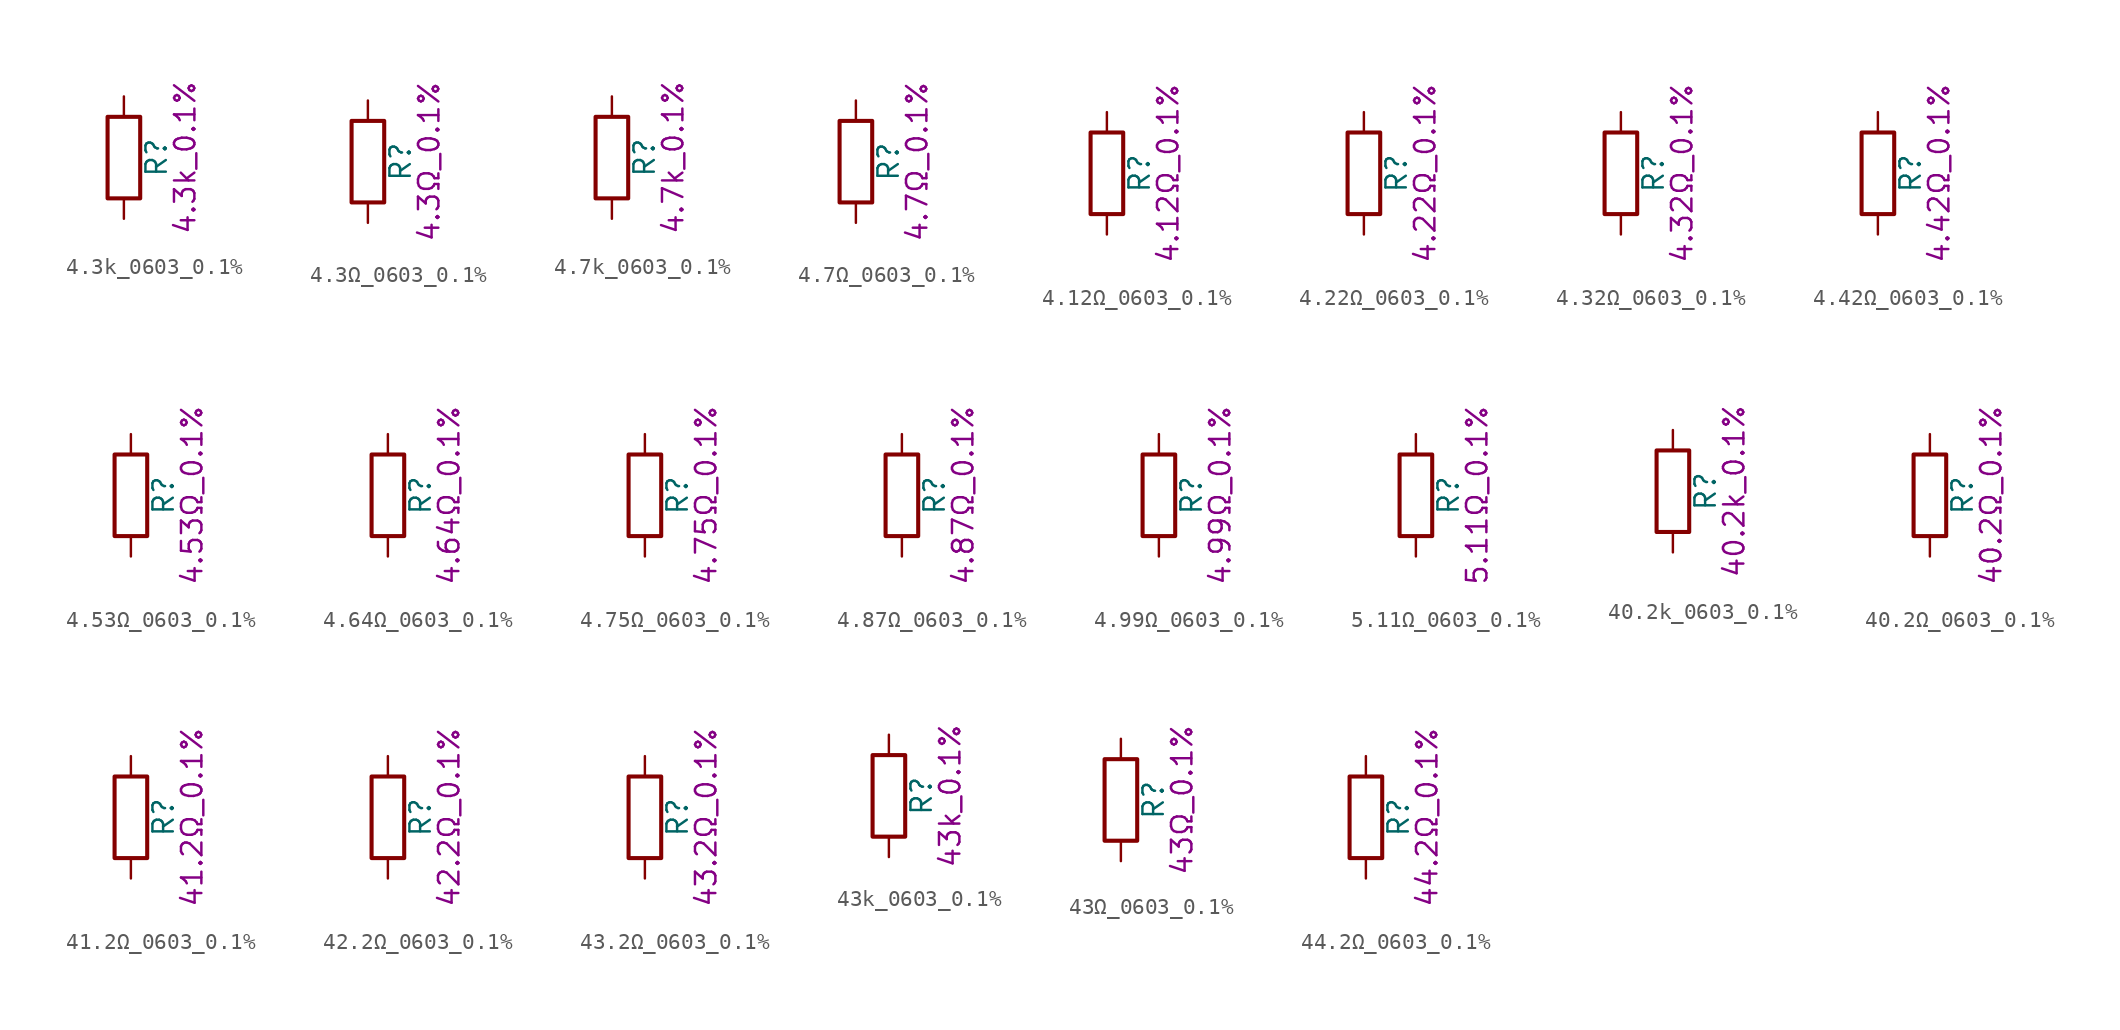
<source format=kicad_sym>
(kicad_symbol_lib
  (version 20211014)
  (generator kicad_symbol_editor)
  (symbol "4.3k_0603_0.1%"
    (pin_numbers hide)
    (pin_names
      (offset 0))
    (property "Reference" "R"
      (at 2.032 0 90)
      (effects (font (size 1.27 1.27))))
    (property "Display" "4.3k_0.1%"
      (at 3.81 0 90)
      (effects (font (size 1.27 1.27))))
    (symbol "4.3k_0603_0.1%_0_1"
      (rectangle (start -1.016 -2.54) (end 1.016 2.54) (stroke (width 0.254) (type default) (color 0 0 0 0)) (fill (type none))))
    (symbol "4.3k_0603_0.1%_1_1"
      (pin passive line (at 0 3.81 270) (length 1.27) (name "~" (effects (font (size 1.27 1.27)))) (number "1" (effects (font (size 1.27 1.27)))))
      (pin passive line (at 0 -3.81 90) (length 1.27) (name "~" (effects (font (size 1.27 1.27)))) (number "2" (effects (font (size 1.27 1.27)))))))
  (symbol "4.3Ω_0603_0.1%"
    (pin_numbers hide)
    (pin_names
      (offset 0))
    (property "Reference" "R"
      (at 2.032 0 90)
      (effects (font (size 1.27 1.27))))
    (property "Display" "4.3Ω_0.1%"
      (at 3.81 0 90)
      (effects (font (size 1.27 1.27))))
    (symbol "4.3Ω_0603_0.1%_0_1"
      (rectangle (start -1.016 -2.54) (end 1.016 2.54) (stroke (width 0.254) (type default) (color 0 0 0 0)) (fill (type none))))
    (symbol "4.3Ω_0603_0.1%_1_1"
      (pin passive line (at 0 3.81 270) (length 1.27) (name "~" (effects (font (size 1.27 1.27)))) (number "1" (effects (font (size 1.27 1.27)))))
      (pin passive line (at 0 -3.81 90) (length 1.27) (name "~" (effects (font (size 1.27 1.27)))) (number "2" (effects (font (size 1.27 1.27)))))))
  (symbol "4.7k_0603_0.1%"
    (pin_numbers hide)
    (pin_names
      (offset 0))
    (property "Reference" "R"
      (at 2.032 0 90)
      (effects (font (size 1.27 1.27))))
    (property "Display" "4.7k_0.1%"
      (at 3.81 0 90)
      (effects (font (size 1.27 1.27))))
    (symbol "4.7k_0603_0.1%_0_1"
      (rectangle (start -1.016 -2.54) (end 1.016 2.54) (stroke (width 0.254) (type default) (color 0 0 0 0)) (fill (type none))))
    (symbol "4.7k_0603_0.1%_1_1"
      (pin passive line (at 0 3.81 270) (length 1.27) (name "~" (effects (font (size 1.27 1.27)))) (number "1" (effects (font (size 1.27 1.27)))))
      (pin passive line (at 0 -3.81 90) (length 1.27) (name "~" (effects (font (size 1.27 1.27)))) (number "2" (effects (font (size 1.27 1.27)))))))
  (symbol "4.7Ω_0603_0.1%"
    (pin_numbers hide)
    (pin_names
      (offset 0))
    (property "Reference" "R"
      (at 2.032 0 90)
      (effects (font (size 1.27 1.27))))
    (property "Display" "4.7Ω_0.1%"
      (at 3.81 0 90)
      (effects (font (size 1.27 1.27))))
    (symbol "4.7Ω_0603_0.1%_0_1"
      (rectangle (start -1.016 -2.54) (end 1.016 2.54) (stroke (width 0.254) (type default) (color 0 0 0 0)) (fill (type none))))
    (symbol "4.7Ω_0603_0.1%_1_1"
      (pin passive line (at 0 3.81 270) (length 1.27) (name "~" (effects (font (size 1.27 1.27)))) (number "1" (effects (font (size 1.27 1.27)))))
      (pin passive line (at 0 -3.81 90) (length 1.27) (name "~" (effects (font (size 1.27 1.27)))) (number "2" (effects (font (size 1.27 1.27)))))))
  (symbol "4.12Ω_0603_0.1%"
    (pin_numbers hide)
    (pin_names
      (offset 0))
    (property "Reference" "R"
      (at 2.032 0 90)
      (effects (font (size 1.27 1.27))))
    (property "Display" "4.12Ω_0.1%"
      (at 3.81 0 90)
      (effects (font (size 1.27 1.27))))
    (symbol "4.12Ω_0603_0.1%_0_1"
      (rectangle (start -1.016 -2.54) (end 1.016 2.54) (stroke (width 0.254) (type default) (color 0 0 0 0)) (fill (type none))))
    (symbol "4.12Ω_0603_0.1%_1_1"
      (pin passive line (at 0 3.81 270) (length 1.27) (name "~" (effects (font (size 1.27 1.27)))) (number "1" (effects (font (size 1.27 1.27)))))
      (pin passive line (at 0 -3.81 90) (length 1.27) (name "~" (effects (font (size 1.27 1.27)))) (number "2" (effects (font (size 1.27 1.27)))))))
  (symbol "4.22Ω_0603_0.1%"
    (pin_numbers hide)
    (pin_names
      (offset 0))
    (property "Reference" "R"
      (at 2.032 0 90)
      (effects (font (size 1.27 1.27))))
    (property "Display" "4.22Ω_0.1%"
      (at 3.81 0 90)
      (effects (font (size 1.27 1.27))))
    (symbol "4.22Ω_0603_0.1%_0_1"
      (rectangle (start -1.016 -2.54) (end 1.016 2.54) (stroke (width 0.254) (type default) (color 0 0 0 0)) (fill (type none))))
    (symbol "4.22Ω_0603_0.1%_1_1"
      (pin passive line (at 0 3.81 270) (length 1.27) (name "~" (effects (font (size 1.27 1.27)))) (number "1" (effects (font (size 1.27 1.27)))))
      (pin passive line (at 0 -3.81 90) (length 1.27) (name "~" (effects (font (size 1.27 1.27)))) (number "2" (effects (font (size 1.27 1.27)))))))
  (symbol "4.32Ω_0603_0.1%"
    (pin_numbers hide)
    (pin_names
      (offset 0))
    (property "Reference" "R"
      (at 2.032 0 90)
      (effects (font (size 1.27 1.27))))
    (property "Display" "4.32Ω_0.1%"
      (at 3.81 0 90)
      (effects (font (size 1.27 1.27))))
    (symbol "4.32Ω_0603_0.1%_0_1"
      (rectangle (start -1.016 -2.54) (end 1.016 2.54) (stroke (width 0.254) (type default) (color 0 0 0 0)) (fill (type none))))
    (symbol "4.32Ω_0603_0.1%_1_1"
      (pin passive line (at 0 3.81 270) (length 1.27) (name "~" (effects (font (size 1.27 1.27)))) (number "1" (effects (font (size 1.27 1.27)))))
      (pin passive line (at 0 -3.81 90) (length 1.27) (name "~" (effects (font (size 1.27 1.27)))) (number "2" (effects (font (size 1.27 1.27)))))))
  (symbol "4.42Ω_0603_0.1%"
    (pin_numbers hide)
    (pin_names
      (offset 0))
    (property "Reference" "R"
      (at 2.032 0 90)
      (effects (font (size 1.27 1.27))))
    (property "Display" "4.42Ω_0.1%"
      (at 3.81 0 90)
      (effects (font (size 1.27 1.27))))
    (symbol "4.42Ω_0603_0.1%_0_1"
      (rectangle (start -1.016 -2.54) (end 1.016 2.54) (stroke (width 0.254) (type default) (color 0 0 0 0)) (fill (type none))))
    (symbol "4.42Ω_0603_0.1%_1_1"
      (pin passive line (at 0 3.81 270) (length 1.27) (name "~" (effects (font (size 1.27 1.27)))) (number "1" (effects (font (size 1.27 1.27)))))
      (pin passive line (at 0 -3.81 90) (length 1.27) (name "~" (effects (font (size 1.27 1.27)))) (number "2" (effects (font (size 1.27 1.27)))))))
  (symbol "4.53Ω_0603_0.1%"
    (pin_numbers hide)
    (pin_names
      (offset 0))
    (property "Reference" "R"
      (at 2.032 0 90)
      (effects (font (size 1.27 1.27))))
    (property "Display" "4.53Ω_0.1%"
      (at 3.81 0 90)
      (effects (font (size 1.27 1.27))))
    (symbol "4.53Ω_0603_0.1%_0_1"
      (rectangle (start -1.016 -2.54) (end 1.016 2.54) (stroke (width 0.254) (type default) (color 0 0 0 0)) (fill (type none))))
    (symbol "4.53Ω_0603_0.1%_1_1"
      (pin passive line (at 0 3.81 270) (length 1.27) (name "~" (effects (font (size 1.27 1.27)))) (number "1" (effects (font (size 1.27 1.27)))))
      (pin passive line (at 0 -3.81 90) (length 1.27) (name "~" (effects (font (size 1.27 1.27)))) (number "2" (effects (font (size 1.27 1.27)))))))
  (symbol "4.64Ω_0603_0.1%"
    (pin_numbers hide)
    (pin_names
      (offset 0))
    (property "Reference" "R"
      (at 2.032 0 90)
      (effects (font (size 1.27 1.27))))
    (property "Display" "4.64Ω_0.1%"
      (at 3.81 0 90)
      (effects (font (size 1.27 1.27))))
    (symbol "4.64Ω_0603_0.1%_0_1"
      (rectangle (start -1.016 -2.54) (end 1.016 2.54) (stroke (width 0.254) (type default) (color 0 0 0 0)) (fill (type none))))
    (symbol "4.64Ω_0603_0.1%_1_1"
      (pin passive line (at 0 3.81 270) (length 1.27) (name "~" (effects (font (size 1.27 1.27)))) (number "1" (effects (font (size 1.27 1.27)))))
      (pin passive line (at 0 -3.81 90) (length 1.27) (name "~" (effects (font (size 1.27 1.27)))) (number "2" (effects (font (size 1.27 1.27)))))))
  (symbol "4.75Ω_0603_0.1%"
    (pin_numbers hide)
    (pin_names
      (offset 0))
    (property "Reference" "R"
      (at 2.032 0 90)
      (effects (font (size 1.27 1.27))))
    (property "Display" "4.75Ω_0.1%"
      (at 3.81 0 90)
      (effects (font (size 1.27 1.27))))
    (symbol "4.75Ω_0603_0.1%_0_1"
      (rectangle (start -1.016 -2.54) (end 1.016 2.54) (stroke (width 0.254) (type default) (color 0 0 0 0)) (fill (type none))))
    (symbol "4.75Ω_0603_0.1%_1_1"
      (pin passive line (at 0 3.81 270) (length 1.27) (name "~" (effects (font (size 1.27 1.27)))) (number "1" (effects (font (size 1.27 1.27)))))
      (pin passive line (at 0 -3.81 90) (length 1.27) (name "~" (effects (font (size 1.27 1.27)))) (number "2" (effects (font (size 1.27 1.27)))))))
  (symbol "4.87Ω_0603_0.1%"
    (pin_numbers hide)
    (pin_names
      (offset 0))
    (property "Reference" "R"
      (at 2.032 0 90)
      (effects (font (size 1.27 1.27))))
    (property "Display" "4.87Ω_0.1%"
      (at 3.81 0 90)
      (effects (font (size 1.27 1.27))))
    (symbol "4.87Ω_0603_0.1%_0_1"
      (rectangle (start -1.016 -2.54) (end 1.016 2.54) (stroke (width 0.254) (type default) (color 0 0 0 0)) (fill (type none))))
    (symbol "4.87Ω_0603_0.1%_1_1"
      (pin passive line (at 0 3.81 270) (length 1.27) (name "~" (effects (font (size 1.27 1.27)))) (number "1" (effects (font (size 1.27 1.27)))))
      (pin passive line (at 0 -3.81 90) (length 1.27) (name "~" (effects (font (size 1.27 1.27)))) (number "2" (effects (font (size 1.27 1.27)))))))
  (symbol "4.99Ω_0603_0.1%"
    (pin_numbers hide)
    (pin_names
      (offset 0))
    (property "Reference" "R"
      (at 2.032 0 90)
      (effects (font (size 1.27 1.27))))
    (property "Display" "4.99Ω_0.1%"
      (at 3.81 0 90)
      (effects (font (size 1.27 1.27))))
    (symbol "4.99Ω_0603_0.1%_0_1"
      (rectangle (start -1.016 -2.54) (end 1.016 2.54) (stroke (width 0.254) (type default) (color 0 0 0 0)) (fill (type none))))
    (symbol "4.99Ω_0603_0.1%_1_1"
      (pin passive line (at 0 3.81 270) (length 1.27) (name "~" (effects (font (size 1.27 1.27)))) (number "1" (effects (font (size 1.27 1.27)))))
      (pin passive line (at 0 -3.81 90) (length 1.27) (name "~" (effects (font (size 1.27 1.27)))) (number "2" (effects (font (size 1.27 1.27)))))))
  (symbol "5.11Ω_0603_0.1%"
    (pin_numbers hide)
    (pin_names
      (offset 0))
    (property "Reference" "R"
      (at 2.032 0 90)
      (effects (font (size 1.27 1.27))))
    (property "Display" "5.11Ω_0.1%"
      (at 3.81 0 90)
      (effects (font (size 1.27 1.27))))
    (symbol "5.11Ω_0603_0.1%_0_1"
      (rectangle (start -1.016 -2.54) (end 1.016 2.54) (stroke (width 0.254) (type default) (color 0 0 0 0)) (fill (type none))))
    (symbol "5.11Ω_0603_0.1%_1_1"
      (pin passive line (at 0 3.81 270) (length 1.27) (name "~" (effects (font (size 1.27 1.27)))) (number "1" (effects (font (size 1.27 1.27)))))
      (pin passive line (at 0 -3.81 90) (length 1.27) (name "~" (effects (font (size 1.27 1.27)))) (number "2" (effects (font (size 1.27 1.27)))))))
  (symbol "40.2k_0603_0.1%"
    (pin_numbers hide)
    (pin_names
      (offset 0))
    (property "Reference" "R"
      (at 2.032 0 90)
      (effects (font (size 1.27 1.27))))
    (property "Display" "40.2k_0.1%"
      (at 3.81 0 90)
      (effects (font (size 1.27 1.27))))
    (symbol "40.2k_0603_0.1%_0_1"
      (rectangle (start -1.016 -2.54) (end 1.016 2.54) (stroke (width 0.254) (type default) (color 0 0 0 0)) (fill (type none))))
    (symbol "40.2k_0603_0.1%_1_1"
      (pin passive line (at 0 3.81 270) (length 1.27) (name "~" (effects (font (size 1.27 1.27)))) (number "1" (effects (font (size 1.27 1.27)))))
      (pin passive line (at 0 -3.81 90) (length 1.27) (name "~" (effects (font (size 1.27 1.27)))) (number "2" (effects (font (size 1.27 1.27)))))))
  (symbol "40.2Ω_0603_0.1%"
    (pin_numbers hide)
    (pin_names
      (offset 0))
    (property "Reference" "R"
      (at 2.032 0 90)
      (effects (font (size 1.27 1.27))))
    (property "Display" "40.2Ω_0.1%"
      (at 3.81 0 90)
      (effects (font (size 1.27 1.27))))
    (symbol "40.2Ω_0603_0.1%_0_1"
      (rectangle (start -1.016 -2.54) (end 1.016 2.54) (stroke (width 0.254) (type default) (color 0 0 0 0)) (fill (type none))))
    (symbol "40.2Ω_0603_0.1%_1_1"
      (pin passive line (at 0 3.81 270) (length 1.27) (name "~" (effects (font (size 1.27 1.27)))) (number "1" (effects (font (size 1.27 1.27)))))
      (pin passive line (at 0 -3.81 90) (length 1.27) (name "~" (effects (font (size 1.27 1.27)))) (number "2" (effects (font (size 1.27 1.27)))))))
  (symbol "41.2Ω_0603_0.1%"
    (pin_numbers hide)
    (pin_names
      (offset 0))
    (property "Reference" "R"
      (at 2.032 0 90)
      (effects (font (size 1.27 1.27))))
    (property "Display" "41.2Ω_0.1%"
      (at 3.81 0 90)
      (effects (font (size 1.27 1.27))))
    (symbol "41.2Ω_0603_0.1%_0_1"
      (rectangle (start -1.016 -2.54) (end 1.016 2.54) (stroke (width 0.254) (type default) (color 0 0 0 0)) (fill (type none))))
    (symbol "41.2Ω_0603_0.1%_1_1"
      (pin passive line (at 0 3.81 270) (length 1.27) (name "~" (effects (font (size 1.27 1.27)))) (number "1" (effects (font (size 1.27 1.27)))))
      (pin passive line (at 0 -3.81 90) (length 1.27) (name "~" (effects (font (size 1.27 1.27)))) (number "2" (effects (font (size 1.27 1.27)))))))
  (symbol "42.2Ω_0603_0.1%"
    (pin_numbers hide)
    (pin_names
      (offset 0))
    (property "Reference" "R"
      (at 2.032 0 90)
      (effects (font (size 1.27 1.27))))
    (property "Display" "42.2Ω_0.1%"
      (at 3.81 0 90)
      (effects (font (size 1.27 1.27))))
    (symbol "42.2Ω_0603_0.1%_0_1"
      (rectangle (start -1.016 -2.54) (end 1.016 2.54) (stroke (width 0.254) (type default) (color 0 0 0 0)) (fill (type none))))
    (symbol "42.2Ω_0603_0.1%_1_1"
      (pin passive line (at 0 3.81 270) (length 1.27) (name "~" (effects (font (size 1.27 1.27)))) (number "1" (effects (font (size 1.27 1.27)))))
      (pin passive line (at 0 -3.81 90) (length 1.27) (name "~" (effects (font (size 1.27 1.27)))) (number "2" (effects (font (size 1.27 1.27)))))))
  (symbol "43.2Ω_0603_0.1%"
    (pin_numbers hide)
    (pin_names
      (offset 0))
    (property "Reference" "R"
      (at 2.032 0 90)
      (effects (font (size 1.27 1.27))))
    (property "Display" "43.2Ω_0.1%"
      (at 3.81 0 90)
      (effects (font (size 1.27 1.27))))
    (symbol "43.2Ω_0603_0.1%_0_1"
      (rectangle (start -1.016 -2.54) (end 1.016 2.54) (stroke (width 0.254) (type default) (color 0 0 0 0)) (fill (type none))))
    (symbol "43.2Ω_0603_0.1%_1_1"
      (pin passive line (at 0 3.81 270) (length 1.27) (name "~" (effects (font (size 1.27 1.27)))) (number "1" (effects (font (size 1.27 1.27)))))
      (pin passive line (at 0 -3.81 90) (length 1.27) (name "~" (effects (font (size 1.27 1.27)))) (number "2" (effects (font (size 1.27 1.27)))))))
  (symbol "43k_0603_0.1%"
    (pin_numbers hide)
    (pin_names
      (offset 0))
    (property "Reference" "R"
      (at 2.032 0 90)
      (effects (font (size 1.27 1.27))))
    (property "Display" "43k_0.1%"
      (at 3.81 0 90)
      (effects (font (size 1.27 1.27))))
    (symbol "43k_0603_0.1%_0_1"
      (rectangle (start -1.016 -2.54) (end 1.016 2.54) (stroke (width 0.254) (type default) (color 0 0 0 0)) (fill (type none))))
    (symbol "43k_0603_0.1%_1_1"
      (pin passive line (at 0 3.81 270) (length 1.27) (name "~" (effects (font (size 1.27 1.27)))) (number "1" (effects (font (size 1.27 1.27)))))
      (pin passive line (at 0 -3.81 90) (length 1.27) (name "~" (effects (font (size 1.27 1.27)))) (number "2" (effects (font (size 1.27 1.27)))))))
  (symbol "43Ω_0603_0.1%"
    (pin_numbers hide)
    (pin_names
      (offset 0))
    (property "Reference" "R"
      (at 2.032 0 90)
      (effects (font (size 1.27 1.27))))
    (property "Display" "43Ω_0.1%"
      (at 3.81 0 90)
      (effects (font (size 1.27 1.27))))
    (symbol "43Ω_0603_0.1%_0_1"
      (rectangle (start -1.016 -2.54) (end 1.016 2.54) (stroke (width 0.254) (type default) (color 0 0 0 0)) (fill (type none))))
    (symbol "43Ω_0603_0.1%_1_1"
      (pin passive line (at 0 3.81 270) (length 1.27) (name "~" (effects (font (size 1.27 1.27)))) (number "1" (effects (font (size 1.27 1.27)))))
      (pin passive line (at 0 -3.81 90) (length 1.27) (name "~" (effects (font (size 1.27 1.27)))) (number "2" (effects (font (size 1.27 1.27)))))))
  (symbol "44.2Ω_0603_0.1%"
    (pin_numbers hide)
    (pin_names
      (offset 0))
    (property "Reference" "R"
      (at 2.032 0 90)
      (effects (font (size 1.27 1.27))))
    (property "Display" "44.2Ω_0.1%"
      (at 3.81 0 90)
      (effects (font (size 1.27 1.27))))
    (symbol "44.2Ω_0603_0.1%_0_1"
      (rectangle (start -1.016 -2.54) (end 1.016 2.54) (stroke (width 0.254) (type default) (color 0 0 0 0)) (fill (type none))))
    (symbol "44.2Ω_0603_0.1%_1_1"
      (pin passive line (at 0 3.81 270) (length 1.27) (name "~" (effects (font (size 1.27 1.27)))) (number "1" (effects (font (size 1.27 1.27)))))
      (pin passive line (at 0 -3.81 90) (length 1.27) (name "~" (effects (font (size 1.27 1.27)))) (number "2" (effects (font (size 1.27 1.27))))))))
</source>
